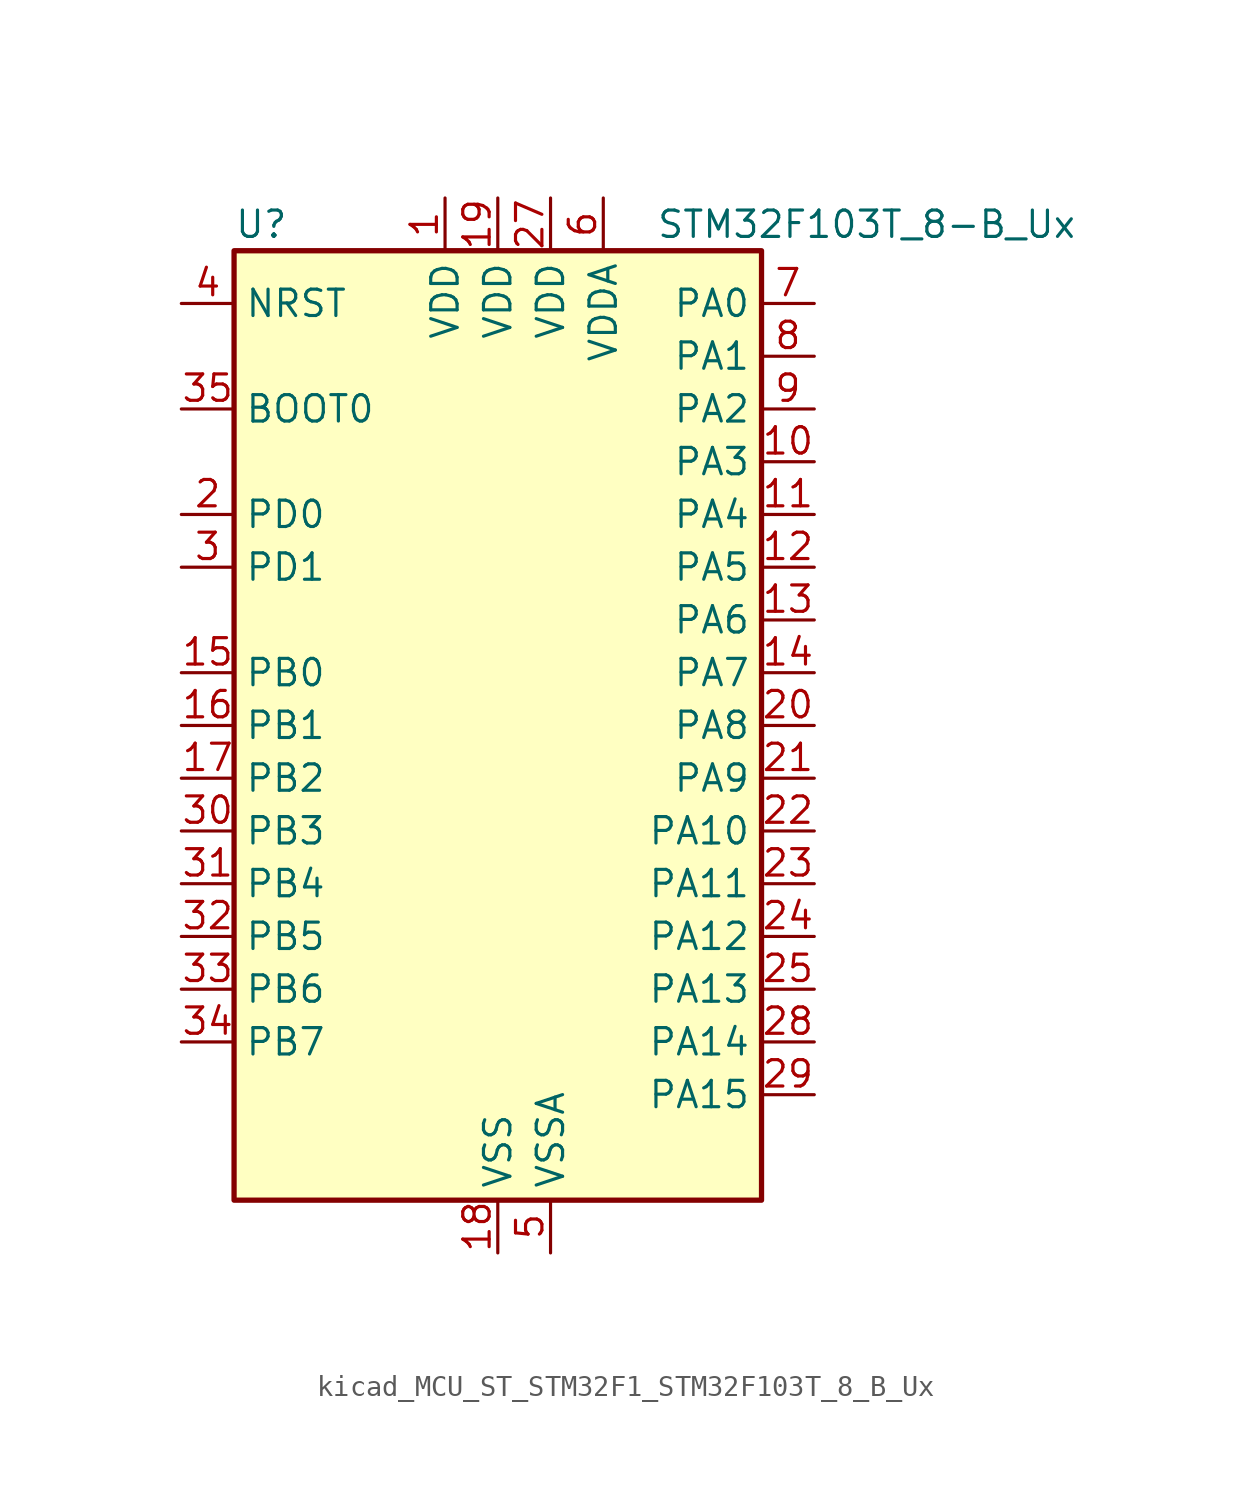
<source format=kicad_sym>
(kicad_symbol_lib
  (version 20220914)
  (generator kicad_symbol_editor)
  (symbol "kicad_MCU_ST_STM32F1_STM32F103T_8_B_Ux"
    (property "Reference" "U"
      (at -12.7 24.13 0)
      (effects (font (size 1.27 1.27)) (justify left)))
    (property "Value" "STM32F103T_8-B_Ux"
      (at 7.62 24.13 0)
      (effects (font (size 1.27 1.27)) (justify left)))
    (property "ki_locked" ""
      (at 0 0 0)
      (effects (font (size 1.27 1.27))))
    (symbol "kicad_MCU_ST_STM32F1_STM32F103T_8_B_Ux_0_1"
      (rectangle (start -12.7 -22.86) (end 12.7 22.86) (stroke (width 0.254) (type default)) (fill (type background))))
    (symbol "kicad_MCU_ST_STM32F1_STM32F103T_8_B_Ux_1_1"
      (pin power_in line (at -2.54 25.4 270) (length 2.54) (name "VDD" (effects (font (size 1.27 1.27)))) (number "1" (effects (font (size 1.27 1.27)))))
      (pin bidirectional line (at 15.24 12.7 180) (length 2.54) (name "PA3" (effects (font (size 1.27 1.27)))) (number "10" (effects (font (size 1.27 1.27)))) (alternate "ADC1_IN3" bidirectional line) (alternate "ADC2_IN3" bidirectional line) (alternate "TIM2_CH4" bidirectional line) (alternate "USART2_RX" bidirectional line))
      (pin bidirectional line (at 15.24 10.16 180) (length 2.54) (name "PA4" (effects (font (size 1.27 1.27)))) (number "11" (effects (font (size 1.27 1.27)))) (alternate "ADC1_IN4" bidirectional line) (alternate "ADC2_IN4" bidirectional line) (alternate "SPI1_NSS" bidirectional line) (alternate "USART2_CK" bidirectional line))
      (pin bidirectional line (at 15.24 7.62 180) (length 2.54) (name "PA5" (effects (font (size 1.27 1.27)))) (number "12" (effects (font (size 1.27 1.27)))) (alternate "ADC1_IN5" bidirectional line) (alternate "ADC2_IN5" bidirectional line) (alternate "SPI1_SCK" bidirectional line))
      (pin bidirectional line (at 15.24 5.08 180) (length 2.54) (name "PA6" (effects (font (size 1.27 1.27)))) (number "13" (effects (font (size 1.27 1.27)))) (alternate "ADC1_IN6" bidirectional line) (alternate "ADC2_IN6" bidirectional line) (alternate "SPI1_MISO" bidirectional line) (alternate "TIM1_BKIN" bidirectional line) (alternate "TIM3_CH1" bidirectional line))
      (pin bidirectional line (at 15.24 2.54 180) (length 2.54) (name "PA7" (effects (font (size 1.27 1.27)))) (number "14" (effects (font (size 1.27 1.27)))) (alternate "ADC1_IN7" bidirectional line) (alternate "ADC2_IN7" bidirectional line) (alternate "SPI1_MOSI" bidirectional line) (alternate "TIM1_CH1N" bidirectional line) (alternate "TIM3_CH2" bidirectional line))
      (pin bidirectional line (at -15.24 2.54 0) (length 2.54) (name "PB0" (effects (font (size 1.27 1.27)))) (number "15" (effects (font (size 1.27 1.27)))) (alternate "ADC1_IN8" bidirectional line) (alternate "ADC2_IN8" bidirectional line) (alternate "TIM1_CH2N" bidirectional line) (alternate "TIM3_CH3" bidirectional line))
      (pin bidirectional line (at -15.24 0 0) (length 2.54) (name "PB1" (effects (font (size 1.27 1.27)))) (number "16" (effects (font (size 1.27 1.27)))) (alternate "ADC1_IN9" bidirectional line) (alternate "ADC2_IN9" bidirectional line) (alternate "TIM1_CH3N" bidirectional line) (alternate "TIM3_CH4" bidirectional line))
      (pin bidirectional line (at -15.24 -2.54 0) (length 2.54) (name "PB2" (effects (font (size 1.27 1.27)))) (number "17" (effects (font (size 1.27 1.27)))))
      (pin power_in line (at 0 -25.4 90) (length 2.54) (name "VSS" (effects (font (size 1.27 1.27)))) (number "18" (effects (font (size 1.27 1.27)))))
      (pin power_in line (at 0 25.4 270) (length 2.54) (name "VDD" (effects (font (size 1.27 1.27)))) (number "19" (effects (font (size 1.27 1.27)))))
      (pin bidirectional line (at -15.24 10.16 0) (length 2.54) (name "PD0" (effects (font (size 1.27 1.27)))) (number "2" (effects (font (size 1.27 1.27)))) (alternate "RCC_OSC_IN" bidirectional line))
      (pin bidirectional line (at 15.24 0 180) (length 2.54) (name "PA8" (effects (font (size 1.27 1.27)))) (number "20" (effects (font (size 1.27 1.27)))) (alternate "RCC_MCO" bidirectional line) (alternate "TIM1_CH1" bidirectional line) (alternate "USART1_CK" bidirectional line))
      (pin bidirectional line (at 15.24 -2.54 180) (length 2.54) (name "PA9" (effects (font (size 1.27 1.27)))) (number "21" (effects (font (size 1.27 1.27)))) (alternate "TIM1_CH2" bidirectional line) (alternate "USART1_TX" bidirectional line))
      (pin bidirectional line (at 15.24 -5.08 180) (length 2.54) (name "PA10" (effects (font (size 1.27 1.27)))) (number "22" (effects (font (size 1.27 1.27)))) (alternate "TIM1_CH3" bidirectional line) (alternate "USART1_RX" bidirectional line))
      (pin bidirectional line (at 15.24 -7.62 180) (length 2.54) (name "PA11" (effects (font (size 1.27 1.27)))) (number "23" (effects (font (size 1.27 1.27)))) (alternate "ADC1_EXTI11" bidirectional line) (alternate "ADC2_EXTI11" bidirectional line) (alternate "CAN_RX" bidirectional line) (alternate "TIM1_CH4" bidirectional line) (alternate "USART1_CTS" bidirectional line) (alternate "USB_DM" bidirectional line))
      (pin bidirectional line (at 15.24 -10.16 180) (length 2.54) (name "PA12" (effects (font (size 1.27 1.27)))) (number "24" (effects (font (size 1.27 1.27)))) (alternate "CAN_TX" bidirectional line) (alternate "TIM1_ETR" bidirectional line) (alternate "USART1_RTS" bidirectional line) (alternate "USB_DP" bidirectional line))
      (pin bidirectional line (at 15.24 -12.7 180) (length 2.54) (name "PA13" (effects (font (size 1.27 1.27)))) (number "25" (effects (font (size 1.27 1.27)))) (alternate "SYS_JTMS-SWDIO" bidirectional line))
      (pin passive line (at 0 -25.4 90) (length 2.54) hide (name "VSS" (effects (font (size 1.27 1.27)))) (number "26" (effects (font (size 1.27 1.27)))))
      (pin power_in line (at 2.54 25.4 270) (length 2.54) (name "VDD" (effects (font (size 1.27 1.27)))) (number "27" (effects (font (size 1.27 1.27)))))
      (pin bidirectional line (at 15.24 -15.24 180) (length 2.54) (name "PA14" (effects (font (size 1.27 1.27)))) (number "28" (effects (font (size 1.27 1.27)))) (alternate "SYS_JTCK-SWCLK" bidirectional line))
      (pin bidirectional line (at 15.24 -17.78 180) (length 2.54) (name "PA15" (effects (font (size 1.27 1.27)))) (number "29" (effects (font (size 1.27 1.27)))) (alternate "ADC1_EXTI15" bidirectional line) (alternate "ADC2_EXTI15" bidirectional line) (alternate "SPI1_NSS" bidirectional line) (alternate "SYS_JTDI" bidirectional line) (alternate "TIM2_CH1" bidirectional line) (alternate "TIM2_ETR" bidirectional line))
      (pin bidirectional line (at -15.24 7.62 0) (length 2.54) (name "PD1" (effects (font (size 1.27 1.27)))) (number "3" (effects (font (size 1.27 1.27)))) (alternate "RCC_OSC_OUT" bidirectional line))
      (pin bidirectional line (at -15.24 -5.08 0) (length 2.54) (name "PB3" (effects (font (size 1.27 1.27)))) (number "30" (effects (font (size 1.27 1.27)))) (alternate "SPI1_SCK" bidirectional line) (alternate "SYS_JTDO-TRACESWO" bidirectional line) (alternate "TIM2_CH2" bidirectional line))
      (pin bidirectional line (at -15.24 -7.62 0) (length 2.54) (name "PB4" (effects (font (size 1.27 1.27)))) (number "31" (effects (font (size 1.27 1.27)))) (alternate "SPI1_MISO" bidirectional line) (alternate "SYS_NJTRST" bidirectional line) (alternate "TIM3_CH1" bidirectional line))
      (pin bidirectional line (at -15.24 -10.16 0) (length 2.54) (name "PB5" (effects (font (size 1.27 1.27)))) (number "32" (effects (font (size 1.27 1.27)))) (alternate "I2C1_SMBA" bidirectional line) (alternate "SPI1_MOSI" bidirectional line) (alternate "TIM3_CH2" bidirectional line))
      (pin bidirectional line (at -15.24 -12.7 0) (length 2.54) (name "PB6" (effects (font (size 1.27 1.27)))) (number "33" (effects (font (size 1.27 1.27)))) (alternate "I2C1_SCL" bidirectional line) (alternate "TIM4_CH1" bidirectional line) (alternate "USART1_TX" bidirectional line))
      (pin bidirectional line (at -15.24 -15.24 0) (length 2.54) (name "PB7" (effects (font (size 1.27 1.27)))) (number "34" (effects (font (size 1.27 1.27)))) (alternate "I2C1_SDA" bidirectional line) (alternate "TIM4_CH2" bidirectional line) (alternate "USART1_RX" bidirectional line))
      (pin input line (at -15.24 15.24 0) (length 2.54) (name "BOOT0" (effects (font (size 1.27 1.27)))) (number "35" (effects (font (size 1.27 1.27)))))
      (pin passive line (at 0 -25.4 90) (length 2.54) hide (name "VSS" (effects (font (size 1.27 1.27)))) (number "36" (effects (font (size 1.27 1.27)))))
      (pin passive line (at 0 -25.4 90) (length 2.54) hide (name "VSS" (effects (font (size 1.27 1.27)))) (number "37" (effects (font (size 1.27 1.27)))))
      (pin input line (at -15.24 20.32 0) (length 2.54) (name "NRST" (effects (font (size 1.27 1.27)))) (number "4" (effects (font (size 1.27 1.27)))))
      (pin power_in line (at 2.54 -25.4 90) (length 2.54) (name "VSSA" (effects (font (size 1.27 1.27)))) (number "5" (effects (font (size 1.27 1.27)))))
      (pin power_in line (at 5.08 25.4 270) (length 2.54) (name "VDDA" (effects (font (size 1.27 1.27)))) (number "6" (effects (font (size 1.27 1.27)))))
      (pin bidirectional line (at 15.24 20.32 180) (length 2.54) (name "PA0" (effects (font (size 1.27 1.27)))) (number "7" (effects (font (size 1.27 1.27)))) (alternate "ADC1_IN0" bidirectional line) (alternate "ADC2_IN0" bidirectional line) (alternate "SYS_WKUP" bidirectional line) (alternate "TIM2_CH1" bidirectional line) (alternate "TIM2_ETR" bidirectional line) (alternate "USART2_CTS" bidirectional line))
      (pin bidirectional line (at 15.24 17.78 180) (length 2.54) (name "PA1" (effects (font (size 1.27 1.27)))) (number "8" (effects (font (size 1.27 1.27)))) (alternate "ADC1_IN1" bidirectional line) (alternate "ADC2_IN1" bidirectional line) (alternate "TIM2_CH2" bidirectional line) (alternate "USART2_RTS" bidirectional line))
      (pin bidirectional line (at 15.24 15.24 180) (length 2.54) (name "PA2" (effects (font (size 1.27 1.27)))) (number "9" (effects (font (size 1.27 1.27)))) (alternate "ADC1_IN2" bidirectional line) (alternate "ADC2_IN2" bidirectional line) (alternate "TIM2_CH3" bidirectional line) (alternate "USART2_TX" bidirectional line)))))
</source>
